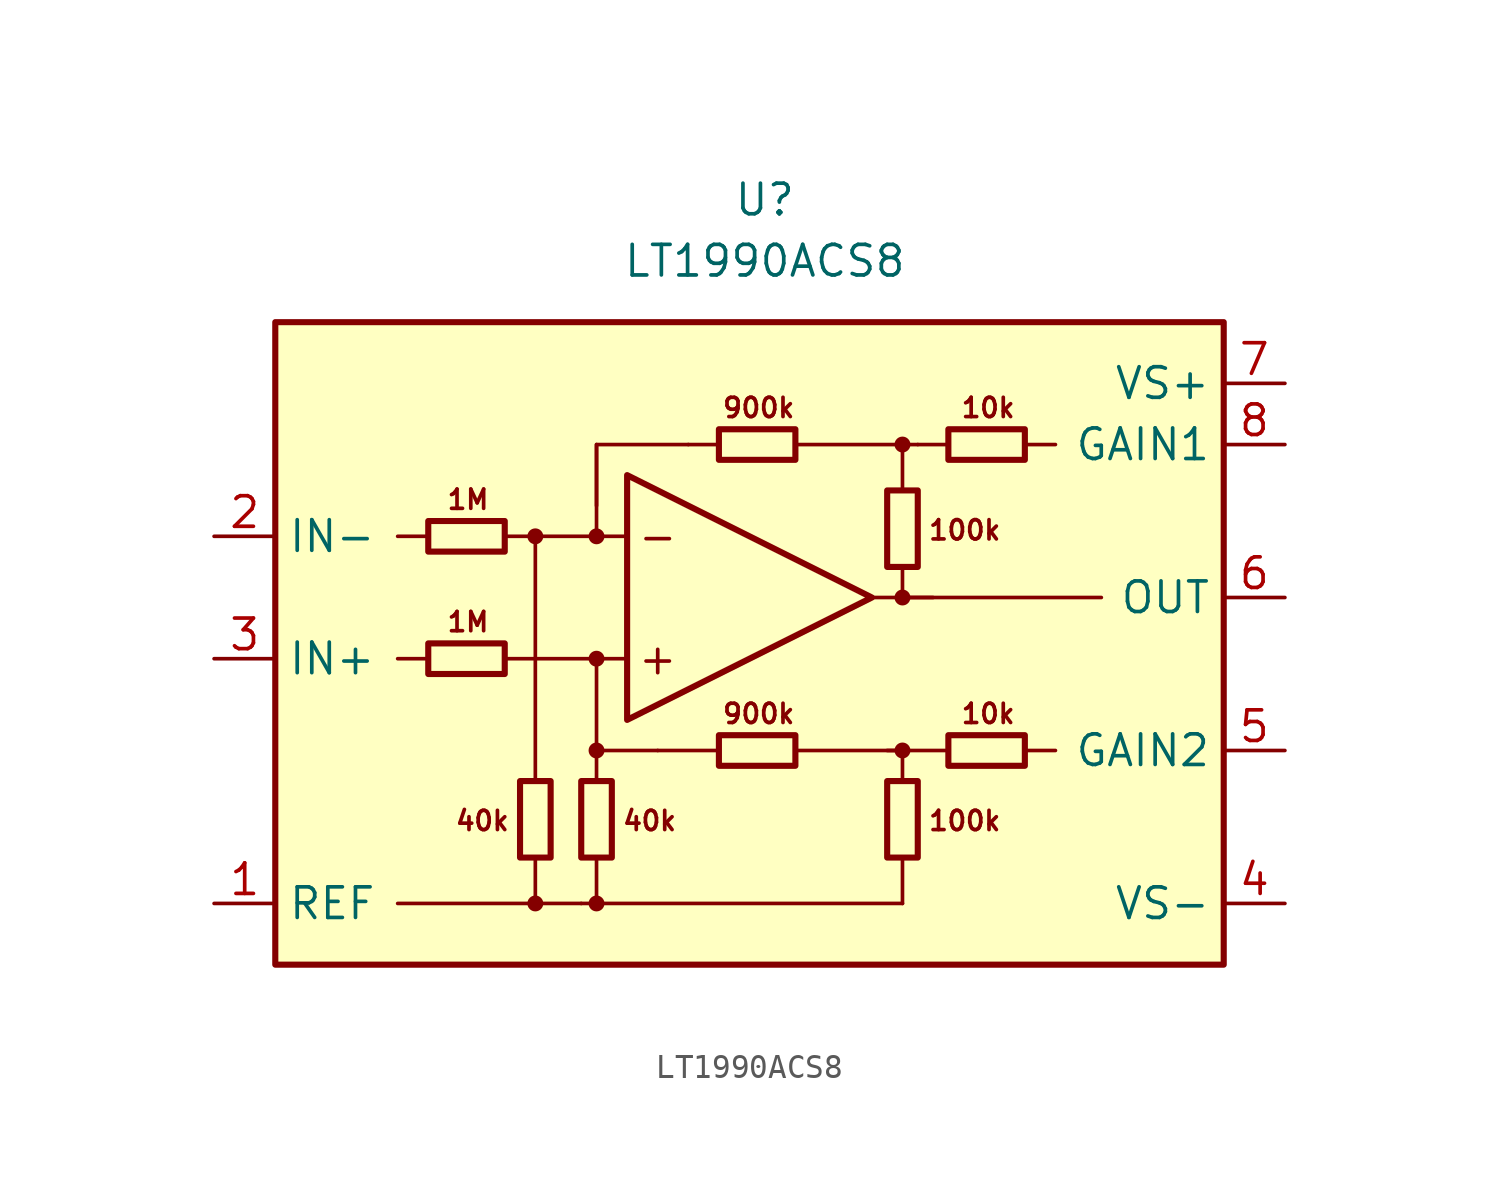
<source format=kicad_sym>
(kicad_symbol_lib
  (version 20211014)
  (generator kicad_symbol_editor)
  (symbol "LT1990ACS8"
    (property "Reference" "U"
      (at 0 19.05 0)
      (effects (font (size 1.27 1.27))))
    (property "Value" "LT1990ACS8"
      (at 0 16.51 0)
      (effects (font (size 1.27 1.27))))
    (symbol "LT1990ACS8_0_0"
      (rectangle (start -20.32 13.97) (end 19.05 -12.7) (stroke (width 0.254) (type default) (color 0 0 0 0)) (fill (type background)))
      (circle (center -9.525 -10.16) (radius 0.254) (stroke (width 0.152) (type default) (color 0 0 0 0)) (fill (type outline)))
      (circle (center -9.525 5.08) (radius 0.254) (stroke (width 0.152) (type default) (color 0 0 0 0)) (fill (type outline)))
      (circle (center -6.985 -10.16) (radius 0.254) (stroke (width 0.152) (type default) (color 0 0 0 0)) (fill (type outline)))
      (circle (center -6.985 -3.81) (radius 0.254) (stroke (width 0.152) (type default) (color 0 0 0 0)) (fill (type outline)))
      (circle (center -6.985 0) (radius 0.254) (stroke (width 0.152) (type default) (color 0 0 0 0)) (fill (type outline)))
      (circle (center -6.985 5.08) (radius 0.254) (stroke (width 0.152) (type default) (color 0 0 0 0)) (fill (type outline)))
      (polyline (pts (xy -13.97 0) (xy -15.24 0)) (stroke (width 0.152) (type default) (color 0 0 0 0)) (fill (type none)))
      (polyline (pts (xy -13.97 5.08) (xy -15.24 5.08)) (stroke (width 0.152) (type default) (color 0 0 0 0)) (fill (type none)))
      (polyline (pts (xy -9.525 -8.255) (xy -9.525 -10.16)) (stroke (width 0.152) (type default) (color 0 0 0 0)) (fill (type none)))
      (polyline (pts (xy -9.525 -5.08) (xy -9.525 5.08)) (stroke (width 0.152) (type default) (color 0 0 0 0)) (fill (type none)))
      (polyline (pts (xy -7.62 -10.16) (xy -15.24 -10.16)) (stroke (width 0.152) (type default) (color 0 0 0 0)) (fill (type none)))
      (polyline (pts (xy -6.985 -8.255) (xy -6.985 -10.16)) (stroke (width 0.152) (type default) (color 0 0 0 0)) (fill (type none)))
      (polyline (pts (xy -6.985 -3.81) (xy -6.985 0)) (stroke (width 0.152) (type default) (color 0 0 0 0)) (fill (type none)))
      (polyline (pts (xy -6.985 5.08) (xy -6.985 8.89)) (stroke (width 0.152) (type default) (color 0 0 0 0)) (fill (type none)))
      (polyline (pts (xy -5.715 0) (xy -10.795 0)) (stroke (width 0.152) (type default) (color 0 0 0 0)) (fill (type none)))
      (polyline (pts (xy -5.715 5.08) (xy -10.795 5.08)) (stroke (width 0.152) (type default) (color 0 0 0 0)) (fill (type none)))
      (polyline (pts (xy -1.905 -3.81) (xy -4.445 -3.81)) (stroke (width 0.152) (type default) (color 0 0 0 0)) (fill (type none)))
      (polyline (pts (xy -1.905 8.89) (xy -3.175 8.89)) (stroke (width 0.152) (type default) (color 0 0 0 0)) (fill (type none)))
      (polyline (pts (xy 4.445 2.54) (xy 13.97 2.54)) (stroke (width 0.152) (type default) (color 0 0 0 0)) (fill (type none)))
      (polyline (pts (xy 5.715 -10.16) (xy -7.62 -10.16)) (stroke (width 0.152) (type default) (color 0 0 0 0)) (fill (type none)))
      (polyline (pts (xy 5.715 -8.255) (xy 5.715 -10.16)) (stroke (width 0.152) (type default) (color 0 0 0 0)) (fill (type none)))
      (polyline (pts (xy 5.715 2.54) (xy 5.715 3.81)) (stroke (width 0.152) (type default) (color 0 0 0 0)) (fill (type none)))
      (polyline (pts (xy 5.715 2.54) (xy 6.985 2.54)) (stroke (width 0.152) (type default) (color 0 0 0 0)) (fill (type none)))
      (polyline (pts (xy 5.715 8.89) (xy 1.27 8.89)) (stroke (width 0.152) (type default) (color 0 0 0 0)) (fill (type none)))
      (polyline (pts (xy 7.62 -3.81) (xy 5.08 -3.81)) (stroke (width 0.152) (type default) (color 0 0 0 0)) (fill (type none)))
      (polyline (pts (xy 7.62 8.89) (xy 6.35 8.89)) (stroke (width 0.152) (type default) (color 0 0 0 0)) (fill (type none)))
      (polyline (pts (xy 10.795 -3.81) (xy 12.065 -3.81)) (stroke (width 0.152) (type default) (color 0 0 0 0)) (fill (type none)))
      (polyline (pts (xy 10.795 8.89) (xy 12.065 8.89)) (stroke (width 0.152) (type default) (color 0 0 0 0)) (fill (type none)))
      (polyline (pts (xy -4.445 -3.81) (xy -6.985 -3.81) (xy -6.985 -5.08)) (stroke (width 0.152) (type default) (color 0 0 0 0)) (fill (type none)))
      (polyline (pts (xy -3.175 8.89) (xy -6.985 8.89) (xy -6.985 6.35)) (stroke (width 0.152) (type default) (color 0 0 0 0)) (fill (type none)))
      (polyline (pts (xy 5.715 -5.08) (xy 5.715 -3.81) (xy 1.27 -3.81)) (stroke (width 0.152) (type default) (color 0 0 0 0)) (fill (type none)))
      (polyline (pts (xy 6.35 8.89) (xy 5.715 8.89) (xy 5.715 6.985)) (stroke (width 0.152) (type default) (color 0 0 0 0)) (fill (type none)))
      (circle (center 5.715 -3.81) (radius 0.254) (stroke (width 0.152) (type default) (color 0 0 0 0)) (fill (type outline)))
      (circle (center 5.715 2.54) (radius 0.254) (stroke (width 0.152) (type default) (color 0 0 0 0)) (fill (type outline)))
      (circle (center 5.715 8.89) (radius 0.254) (stroke (width 0.152) (type default) (color 0 0 0 0)) (fill (type outline)))
      (text "+" (at -4.445 0 0) (effects (font (size 1.27 1.27))))
      (text "-" (at -4.445 5.08 0) (effects (font (size 1.27 1.27))))
      (text "100k" (at 6.731 -6.731 0) (effects (font (size 0.8 0.8)) (justify left)))
      (text "100k" (at 6.731 5.334 0) (effects (font (size 0.8 0.8)) (justify left)))
      (text "10k" (at 9.271 -2.286 0) (effects (font (size 0.8 0.8))))
      (text "10k" (at 9.271 10.414 0) (effects (font (size 0.8 0.8))))
      (text "1M" (at -12.319 1.524 0) (effects (font (size 0.8 0.8))))
      (text "1M" (at -12.319 6.604 0) (effects (font (size 0.8 0.8))))
      (text "40k" (at -10.541 -6.731 0) (effects (font (size 0.8 0.8)) (justify right)))
      (text "40k" (at -5.969 -6.731 0) (effects (font (size 0.8 0.8)) (justify left)))
      (text "900k" (at -0.254 -2.286 0) (effects (font (size 0.8 0.8))))
      (text "900k" (at -0.254 10.414 0) (effects (font (size 0.8 0.8)))))
    (symbol "LT1990ACS8_0_1"
      (rectangle (start -13.97 0.635) (end -10.795 -0.635) (stroke (width 0.254) (type default) (color 0 0 0 0)) (fill (type none)))
      (rectangle (start -13.97 5.715) (end -10.795 4.445) (stroke (width 0.254) (type default) (color 0 0 0 0)) (fill (type none)))
      (rectangle (start -10.16 -5.08) (end -8.89 -8.255) (stroke (width 0.254) (type default) (color 0 0 0 0)) (fill (type none)))
      (rectangle (start -7.62 -8.255) (end -6.35 -5.08) (stroke (width 0.254) (type default) (color 0 0 0 0)) (fill (type none)))
      (rectangle (start -1.905 -3.175) (end 1.27 -4.445) (stroke (width 0.254) (type default) (color 0 0 0 0)) (fill (type none)))
      (rectangle (start -1.905 9.525) (end 1.27 8.255) (stroke (width 0.254) (type default) (color 0 0 0 0)) (fill (type none)))
      (polyline (pts (xy -5.715 7.62) (xy -5.715 -2.54) (xy 4.445 2.54) (xy -5.715 7.62)) (stroke (width 0.254) (type default) (color 0 0 0 0)) (fill (type none)))
      (rectangle (start 5.08 -8.255) (end 6.35 -5.08) (stroke (width 0.254) (type default) (color 0 0 0 0)) (fill (type none)))
      (rectangle (start 5.08 3.81) (end 6.35 6.985) (stroke (width 0.254) (type default) (color 0 0 0 0)) (fill (type none)))
      (rectangle (start 7.62 -3.175) (end 10.795 -4.445) (stroke (width 0.254) (type default) (color 0 0 0 0)) (fill (type none)))
      (rectangle (start 7.62 9.525) (end 10.795 8.255) (stroke (width 0.254) (type default) (color 0 0 0 0)) (fill (type none))))
    (symbol "LT1990ACS8_1_1"
      (pin input line (at -22.86 -10.16 0) (length 2.54) (name "REF" (effects (font (size 1.27 1.27)))) (number "1" (effects (font (size 1.27 1.27)))))
      (pin input line (at -22.86 5.08 0) (length 2.54) (name "IN-" (effects (font (size 1.27 1.27)))) (number "2" (effects (font (size 1.27 1.27)))))
      (pin input line (at -22.86 0 0) (length 2.54) (name "IN+" (effects (font (size 1.27 1.27)))) (number "3" (effects (font (size 1.27 1.27)))))
      (pin power_in line (at 21.59 -10.16 180) (length 2.54) (name "VS-" (effects (font (size 1.27 1.27)))) (number "4" (effects (font (size 1.27 1.27)))))
      (pin passive line (at 21.59 -3.81 180) (length 2.54) (name "GAIN2" (effects (font (size 1.27 1.27)))) (number "5" (effects (font (size 1.27 1.27)))))
      (pin output line (at 21.59 2.54 180) (length 2.54) (name "OUT" (effects (font (size 1.27 1.27)))) (number "6" (effects (font (size 1.27 1.27)))))
      (pin power_in line (at 21.59 11.43 180) (length 2.54) (name "VS+" (effects (font (size 1.27 1.27)))) (number "7" (effects (font (size 1.27 1.27)))))
      (pin passive line (at 21.59 8.89 180) (length 2.54) (name "GAIN1" (effects (font (size 1.27 1.27)))) (number "8" (effects (font (size 1.27 1.27))))))))
</source>
